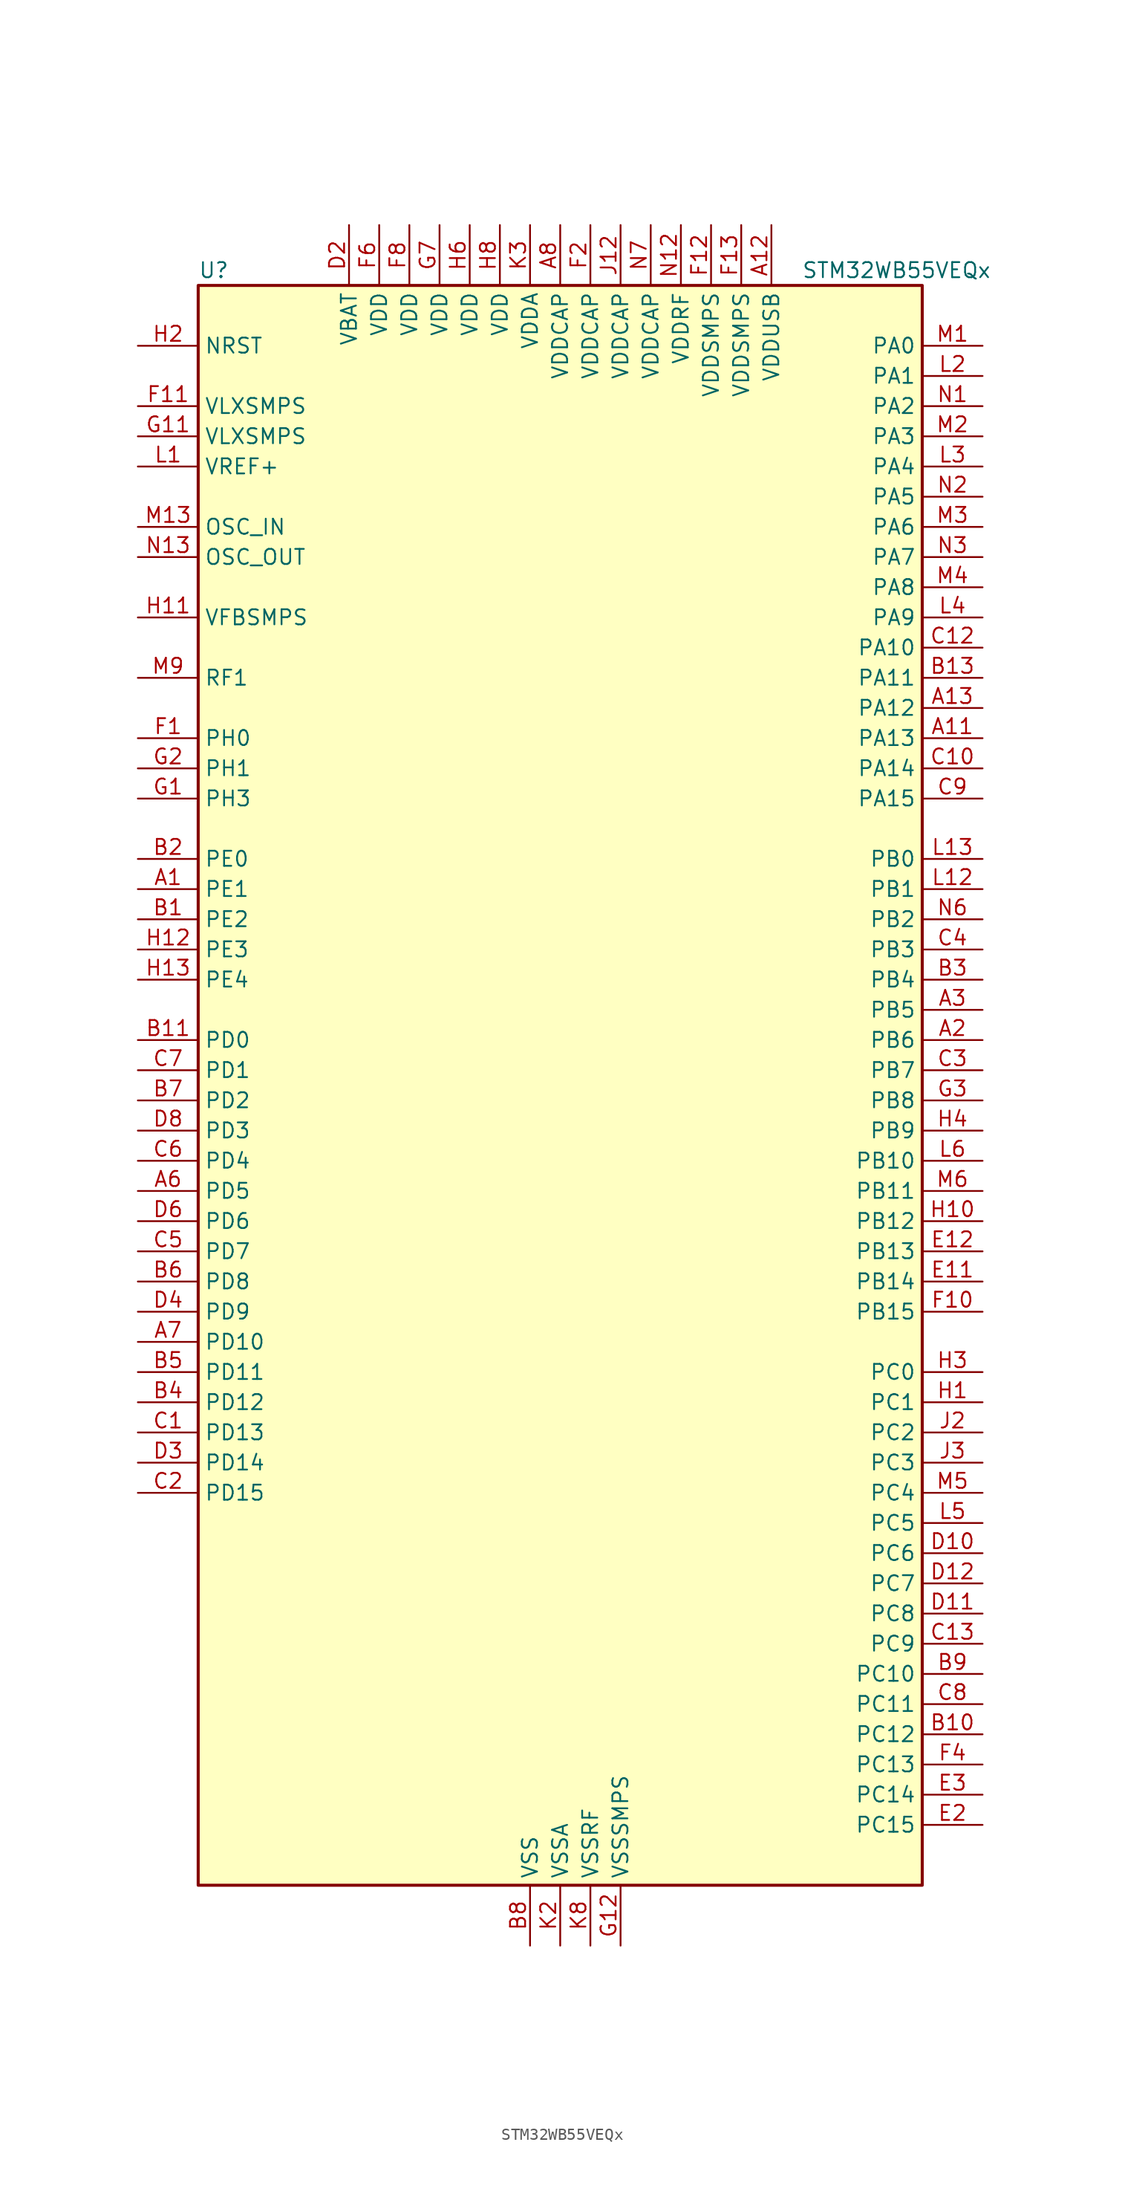
<source format=kicad_sym>
(kicad_symbol_lib
  (version 20231120)
  (generator "kicad-library-utils")
  (generator_version "8.0")
  (symbol "STM32WB55VEQx"
    (property "Reference" "U"
      (at -30.48 69.85 0)
      (effects (font (size 1.27 1.27)) (justify left)))
    (property "Value" "STM32WB55VEQx"
      (at 20.32 69.85 0)
      (effects (font (size 1.27 1.27)) (justify left)))
    (symbol "STM32WB55VEQx_0_1"
      (rectangle (start -30.48 -66.04) (end 30.48 68.58) (stroke (width 0.254) (type default)) (fill (type background))))
    (symbol "STM32WB55VEQx_1_1"
      (pin bidirectional line (at -35.56 17.78 0) (length 5.08) (name "PE1" (effects (font (size 1.27 1.27)))) (number "A1" (effects (font (size 1.27 1.27)))) (alternate "LCD_SEG37" bidirectional line) (alternate "TIM17_CH1" bidirectional line) (alternate "TSC_G7_IO2" bidirectional line))
      (pin bidirectional line (at 35.56 30.48 180) (length 5.08) (name "PA13" (effects (font (size 1.27 1.27)))) (number "A11" (effects (font (size 1.27 1.27)))) (alternate "IR_OUT" bidirectional line) (alternate "SAI1_SD_B" bidirectional line) (alternate "SYS_JTMS-SWDIO" bidirectional line) (alternate "USB_NOE" bidirectional line))
      (pin power_in line (at 17.78 73.66 270) (length 5.08) (name "VDDUSB" (effects (font (size 1.27 1.27)))) (number "A12" (effects (font (size 1.27 1.27)))))
      (pin bidirectional line (at 35.56 33.02 180) (length 5.08) (name "PA12" (effects (font (size 1.27 1.27)))) (number "A13" (effects (font (size 1.27 1.27)))) (alternate "LPUART1_RX" bidirectional line) (alternate "SPI1_MOSI" bidirectional line) (alternate "TIM1_ETR" bidirectional line) (alternate "USART1_DE" bidirectional line) (alternate "USART1_RTS" bidirectional line) (alternate "USB_DP" bidirectional line))
      (pin bidirectional line (at 35.56 5.08 180) (length 5.08) (name "PB6" (effects (font (size 1.27 1.27)))) (number "A2" (effects (font (size 1.27 1.27)))) (alternate "COMP2_INP" bidirectional line) (alternate "I2C1_SCL" bidirectional line) (alternate "LCD_SEG6" bidirectional line) (alternate "LPTIM1_ETR" bidirectional line) (alternate "RCC_MCO" bidirectional line) (alternate "SAI1_FS_B" bidirectional line) (alternate "TIM16_CH1N" bidirectional line) (alternate "TSC_G2_IO3" bidirectional line) (alternate "USART1_TX" bidirectional line))
      (pin bidirectional line (at 35.56 7.62 180) (length 5.08) (name "PB5" (effects (font (size 1.27 1.27)))) (number "A3" (effects (font (size 1.27 1.27)))) (alternate "COMP2_OUT" bidirectional line) (alternate "I2C1_SMBA" bidirectional line) (alternate "LCD_SEG9" bidirectional line) (alternate "LPTIM1_IN1" bidirectional line) (alternate "LPUART1_TX" bidirectional line) (alternate "SAI1_SD_B" bidirectional line) (alternate "SPI1_MOSI" bidirectional line) (alternate "TIM16_BKIN" bidirectional line) (alternate "TSC_G2_IO2" bidirectional line) (alternate "USART1_CK" bidirectional line))
      (pin bidirectional line (at -35.56 -7.62 0) (length 5.08) (name "PD5" (effects (font (size 1.27 1.27)))) (number "A6" (effects (font (size 1.27 1.27)))) (alternate "QUADSPI_BK1_IO1" bidirectional line) (alternate "SAI1_MCLK_B" bidirectional line) (alternate "TSC_G5_IO2" bidirectional line))
      (pin bidirectional line (at -35.56 -20.32 0) (length 5.08) (name "PD10" (effects (font (size 1.27 1.27)))) (number "A7" (effects (font (size 1.27 1.27)))) (alternate "LCD_SEG30" bidirectional line) (alternate "SYS_TRIG_INOUT" bidirectional line) (alternate "TSC_G6_IO1" bidirectional line))
      (pin power_in line (at 0 73.66 270) (length 5.08) (name "VDDCAP" (effects (font (size 1.27 1.27)))) (number "A8" (effects (font (size 1.27 1.27)))))
      (pin bidirectional line (at -35.56 15.24 0) (length 5.08) (name "PE2" (effects (font (size 1.27 1.27)))) (number "B1" (effects (font (size 1.27 1.27)))) (alternate "LCD_SEG38" bidirectional line) (alternate "SAI1_CK1" bidirectional line) (alternate "SAI1_MCLK_A" bidirectional line) (alternate "SYS_TRACECLK" bidirectional line) (alternate "TSC_G7_IO1" bidirectional line))
      (pin bidirectional line (at 35.56 -53.34 180) (length 5.08) (name "PC12" (effects (font (size 1.27 1.27)))) (number "B10" (effects (font (size 1.27 1.27)))) (alternate "LCD_COM6" bidirectional line) (alternate "LCD_SEG30" bidirectional line) (alternate "LCD_SEG42" bidirectional line) (alternate "RCC_LSCO" bidirectional line) (alternate "RTC_TAMP3" bidirectional line) (alternate "SYS_TRACED3" bidirectional line) (alternate "SYS_WKUP3" bidirectional line) (alternate "TSC_G3_IO4" bidirectional line))
      (pin bidirectional line (at -35.56 5.08 0) (length 5.08) (name "PD0" (effects (font (size 1.27 1.27)))) (number "B11" (effects (font (size 1.27 1.27)))) (alternate "SPI2_NSS" bidirectional line))
      (pin passive line (at -2.54 -71.12 90) (length 5.08) hide (name "VSS" (effects (font (size 1.27 1.27)))) (number "B12" (effects (font (size 1.27 1.27)))))
      (pin bidirectional line (at 35.56 35.56 180) (length 5.08) (name "PA11" (effects (font (size 1.27 1.27)))) (number "B13" (effects (font (size 1.27 1.27)))) (alternate "ADC1_EXTI11" bidirectional line) (alternate "SPI1_MISO" bidirectional line) (alternate "TIM1_BKIN2" bidirectional line) (alternate "TIM1_CH4" bidirectional line) (alternate "USART1_CTS" bidirectional line) (alternate "USART1_NSS" bidirectional line) (alternate "USB_DM" bidirectional line))
      (pin bidirectional line (at -35.56 20.32 0) (length 5.08) (name "PE0" (effects (font (size 1.27 1.27)))) (number "B2" (effects (font (size 1.27 1.27)))) (alternate "LCD_SEG36" bidirectional line) (alternate "TIM16_CH1" bidirectional line) (alternate "TIM1_ETR" bidirectional line) (alternate "TSC_G7_IO3" bidirectional line))
      (pin bidirectional line (at 35.56 10.16 180) (length 5.08) (name "PB4" (effects (font (size 1.27 1.27)))) (number "B3" (effects (font (size 1.27 1.27)))) (alternate "COMP2_INP" bidirectional line) (alternate "I2C3_SDA" bidirectional line) (alternate "LCD_SEG8" bidirectional line) (alternate "SAI1_MCLK_B" bidirectional line) (alternate "SPI1_MISO" bidirectional line) (alternate "SYS_JTRST" bidirectional line) (alternate "TIM17_BKIN" bidirectional line) (alternate "TSC_G2_IO1" bidirectional line) (alternate "USART1_CTS" bidirectional line) (alternate "USART1_NSS" bidirectional line))
      (pin bidirectional line (at -35.56 -25.4 0) (length 5.08) (name "PD12" (effects (font (size 1.27 1.27)))) (number "B4" (effects (font (size 1.27 1.27)))) (alternate "LCD_SEG32" bidirectional line) (alternate "LPTIM2_IN1" bidirectional line) (alternate "TSC_G6_IO3" bidirectional line))
      (pin bidirectional line (at -35.56 -22.86 0) (length 5.08) (name "PD11" (effects (font (size 1.27 1.27)))) (number "B5" (effects (font (size 1.27 1.27)))) (alternate "ADC1_EXTI11" bidirectional line) (alternate "LCD_SEG31" bidirectional line) (alternate "LPTIM2_ETR" bidirectional line) (alternate "TSC_G6_IO2" bidirectional line))
      (pin bidirectional line (at -35.56 -15.24 0) (length 5.08) (name "PD8" (effects (font (size 1.27 1.27)))) (number "B6" (effects (font (size 1.27 1.27)))) (alternate "LCD_SEG28" bidirectional line) (alternate "TIM1_BKIN2" bidirectional line))
      (pin bidirectional line (at -35.56 0 0) (length 5.08) (name "PD2" (effects (font (size 1.27 1.27)))) (number "B7" (effects (font (size 1.27 1.27)))) (alternate "LCD_COM7" bidirectional line) (alternate "LCD_SEG31" bidirectional line) (alternate "LCD_SEG43" bidirectional line) (alternate "SYS_TRACED2" bidirectional line) (alternate "TSC_SYNC" bidirectional line))
      (pin power_in line (at -2.54 -71.12 90) (length 5.08) (name "VSS" (effects (font (size 1.27 1.27)))) (number "B8" (effects (font (size 1.27 1.27)))))
      (pin bidirectional line (at 35.56 -48.26 180) (length 5.08) (name "PC10" (effects (font (size 1.27 1.27)))) (number "B9" (effects (font (size 1.27 1.27)))) (alternate "LCD_COM4" bidirectional line) (alternate "LCD_SEG28" bidirectional line) (alternate "LCD_SEG40" bidirectional line) (alternate "SYS_TRACED1" bidirectional line) (alternate "TSC_G3_IO2" bidirectional line))
      (pin bidirectional line (at -35.56 -27.94 0) (length 5.08) (name "PD13" (effects (font (size 1.27 1.27)))) (number "C1" (effects (font (size 1.27 1.27)))) (alternate "LCD_SEG33" bidirectional line) (alternate "LPTIM2_OUT" bidirectional line) (alternate "TSC_G6_IO4" bidirectional line))
      (pin bidirectional line (at 35.56 27.94 180) (length 5.08) (name "PA14" (effects (font (size 1.27 1.27)))) (number "C10" (effects (font (size 1.27 1.27)))) (alternate "I2C1_SMBA" bidirectional line) (alternate "LCD_SEG5" bidirectional line) (alternate "LPTIM1_OUT" bidirectional line) (alternate "SAI1_FS_B" bidirectional line) (alternate "SYS_JTCK-SWCLK" bidirectional line))
      (pin passive line (at -2.54 -71.12 90) (length 5.08) hide (name "VSS" (effects (font (size 1.27 1.27)))) (number "C11" (effects (font (size 1.27 1.27)))))
      (pin bidirectional line (at 35.56 38.1 180) (length 5.08) (name "PA10" (effects (font (size 1.27 1.27)))) (number "C12" (effects (font (size 1.27 1.27)))) (alternate "CRS_SYNC" bidirectional line) (alternate "I2C1_SDA" bidirectional line) (alternate "LCD_COM2" bidirectional line) (alternate "SAI1_D1" bidirectional line) (alternate "SAI1_SD_A" bidirectional line) (alternate "TIM17_BKIN" bidirectional line) (alternate "TIM1_CH3" bidirectional line) (alternate "USART1_RX" bidirectional line))
      (pin bidirectional line (at 35.56 -45.72 180) (length 5.08) (name "PC9" (effects (font (size 1.27 1.27)))) (number "C13" (effects (font (size 1.27 1.27)))) (alternate "LCD_SEG27" bidirectional line) (alternate "SAI1_SCK_B" bidirectional line) (alternate "TIM1_BKIN" bidirectional line) (alternate "TSC_G4_IO4" bidirectional line) (alternate "USB_NOE" bidirectional line))
      (pin bidirectional line (at -35.56 -33.02 0) (length 5.08) (name "PD15" (effects (font (size 1.27 1.27)))) (number "C2" (effects (font (size 1.27 1.27)))) (alternate "ADC1_EXTI15" bidirectional line) (alternate "LCD_SEG35" bidirectional line) (alternate "TIM1_CH2" bidirectional line))
      (pin bidirectional line (at 35.56 2.54 180) (length 5.08) (name "PB7" (effects (font (size 1.27 1.27)))) (number "C3" (effects (font (size 1.27 1.27)))) (alternate "COMP2_INM" bidirectional line) (alternate "I2C1_SDA" bidirectional line) (alternate "LCD_SEG21" bidirectional line) (alternate "LPTIM1_IN2" bidirectional line) (alternate "SYS_PVD_IN" bidirectional line) (alternate "TIM17_CH1N" bidirectional line) (alternate "TIM1_BKIN" bidirectional line) (alternate "TSC_G2_IO4" bidirectional line) (alternate "USART1_RX" bidirectional line))
      (pin bidirectional line (at 35.56 12.7 180) (length 5.08) (name "PB3" (effects (font (size 1.27 1.27)))) (number "C4" (effects (font (size 1.27 1.27)))) (alternate "COMP2_INM" bidirectional line) (alternate "LCD_SEG7" bidirectional line) (alternate "SAI1_SCK_B" bidirectional line) (alternate "SPI1_SCK" bidirectional line) (alternate "SYS_JTDO-SWO" bidirectional line) (alternate "TIM2_CH2" bidirectional line) (alternate "USART1_DE" bidirectional line) (alternate "USART1_RTS" bidirectional line))
      (pin bidirectional line (at -35.56 -12.7 0) (length 5.08) (name "PD7" (effects (font (size 1.27 1.27)))) (number "C5" (effects (font (size 1.27 1.27)))) (alternate "LCD_SEG39" bidirectional line) (alternate "QUADSPI_BK1_IO3" bidirectional line) (alternate "TSC_G5_IO4" bidirectional line))
      (pin bidirectional line (at -35.56 -5.08 0) (length 5.08) (name "PD4" (effects (font (size 1.27 1.27)))) (number "C6" (effects (font (size 1.27 1.27)))) (alternate "QUADSPI_BK1_IO0" bidirectional line) (alternate "SPI2_MOSI" bidirectional line) (alternate "TSC_G5_IO1" bidirectional line))
      (pin bidirectional line (at -35.56 2.54 0) (length 5.08) (name "PD1" (effects (font (size 1.27 1.27)))) (number "C7" (effects (font (size 1.27 1.27)))) (alternate "SPI2_SCK" bidirectional line))
      (pin bidirectional line (at 35.56 -50.8 180) (length 5.08) (name "PC11" (effects (font (size 1.27 1.27)))) (number "C8" (effects (font (size 1.27 1.27)))) (alternate "ADC1_EXTI11" bidirectional line) (alternate "LCD_COM5" bidirectional line) (alternate "LCD_SEG29" bidirectional line) (alternate "LCD_SEG41" bidirectional line) (alternate "TSC_G3_IO3" bidirectional line))
      (pin bidirectional line (at 35.56 25.4 180) (length 5.08) (name "PA15" (effects (font (size 1.27 1.27)))) (number "C9" (effects (font (size 1.27 1.27)))) (alternate "ADC1_EXTI15" bidirectional line) (alternate "LCD_SEG17" bidirectional line) (alternate "RCC_MCO" bidirectional line) (alternate "SPI1_NSS" bidirectional line) (alternate "SYS_JTDI" bidirectional line) (alternate "TIM2_CH1" bidirectional line) (alternate "TIM2_ETR" bidirectional line) (alternate "TSC_G3_IO1" bidirectional line))
      (pin bidirectional line (at 35.56 -38.1 180) (length 5.08) (name "PC6" (effects (font (size 1.27 1.27)))) (number "D10" (effects (font (size 1.27 1.27)))) (alternate "LCD_SEG24" bidirectional line) (alternate "TSC_G4_IO1" bidirectional line))
      (pin bidirectional line (at 35.56 -43.18 180) (length 5.08) (name "PC8" (effects (font (size 1.27 1.27)))) (number "D11" (effects (font (size 1.27 1.27)))) (alternate "LCD_SEG26" bidirectional line) (alternate "TSC_G4_IO3" bidirectional line))
      (pin bidirectional line (at 35.56 -40.64 180) (length 5.08) (name "PC7" (effects (font (size 1.27 1.27)))) (number "D12" (effects (font (size 1.27 1.27)))) (alternate "LCD_SEG25" bidirectional line) (alternate "TSC_G4_IO2" bidirectional line))
      (pin power_in line (at -17.78 73.66 270) (length 5.08) (name "VBAT" (effects (font (size 1.27 1.27)))) (number "D2" (effects (font (size 1.27 1.27)))))
      (pin bidirectional line (at -35.56 -30.48 0) (length 5.08) (name "PD14" (effects (font (size 1.27 1.27)))) (number "D3" (effects (font (size 1.27 1.27)))) (alternate "LCD_SEG34" bidirectional line) (alternate "TIM1_CH1" bidirectional line))
      (pin bidirectional line (at -35.56 -17.78 0) (length 5.08) (name "PD9" (effects (font (size 1.27 1.27)))) (number "D4" (effects (font (size 1.27 1.27)))) (alternate "LCD_SEG29" bidirectional line) (alternate "SYS_TRACED0" bidirectional line))
      (pin bidirectional line (at -35.56 -10.16 0) (length 5.08) (name "PD6" (effects (font (size 1.27 1.27)))) (number "D6" (effects (font (size 1.27 1.27)))) (alternate "QUADSPI_BK1_IO2" bidirectional line) (alternate "SAI1_D1" bidirectional line) (alternate "SAI1_SD_A" bidirectional line) (alternate "TSC_G5_IO3" bidirectional line))
      (pin bidirectional line (at -35.56 -2.54 0) (length 5.08) (name "PD3" (effects (font (size 1.27 1.27)))) (number "D8" (effects (font (size 1.27 1.27)))) (alternate "QUADSPI_BK1_NCS" bidirectional line) (alternate "SPI2_MISO" bidirectional line) (alternate "SPI2_SCK" bidirectional line))
      (pin bidirectional line (at 35.56 -15.24 180) (length 5.08) (name "PB14" (effects (font (size 1.27 1.27)))) (number "E11" (effects (font (size 1.27 1.27)))) (alternate "I2C3_SDA" bidirectional line) (alternate "LCD_SEG14" bidirectional line) (alternate "SAI1_MCLK_A" bidirectional line) (alternate "SPI2_MISO" bidirectional line) (alternate "TIM1_CH2N" bidirectional line) (alternate "TSC_G1_IO3" bidirectional line))
      (pin bidirectional line (at 35.56 -12.7 180) (length 5.08) (name "PB13" (effects (font (size 1.27 1.27)))) (number "E12" (effects (font (size 1.27 1.27)))) (alternate "I2C3_SCL" bidirectional line) (alternate "LCD_SEG13" bidirectional line) (alternate "LPUART1_CTS" bidirectional line) (alternate "SAI1_SCK_A" bidirectional line) (alternate "SPI2_SCK" bidirectional line) (alternate "TIM1_CH1N" bidirectional line) (alternate "TSC_G1_IO2" bidirectional line))
      (pin bidirectional line (at 35.56 -60.96 180) (length 5.08) (name "PC15" (effects (font (size 1.27 1.27)))) (number "E2" (effects (font (size 1.27 1.27)))) (alternate "ADC1_EXTI15" bidirectional line) (alternate "RCC_OSC32_OUT" bidirectional line))
      (pin bidirectional line (at 35.56 -58.42 180) (length 5.08) (name "PC14" (effects (font (size 1.27 1.27)))) (number "E3" (effects (font (size 1.27 1.27)))) (alternate "RCC_OSC32_IN" bidirectional line))
      (pin passive line (at -2.54 -71.12 90) (length 5.08) hide (name "VSS" (effects (font (size 1.27 1.27)))) (number "E5" (effects (font (size 1.27 1.27)))))
      (pin passive line (at -2.54 -71.12 90) (length 5.08) hide (name "VSS" (effects (font (size 1.27 1.27)))) (number "E7" (effects (font (size 1.27 1.27)))))
      (pin passive line (at -2.54 -71.12 90) (length 5.08) hide (name "VSS" (effects (font (size 1.27 1.27)))) (number "E9" (effects (font (size 1.27 1.27)))))
      (pin bidirectional line (at -35.56 30.48 0) (length 5.08) (name "PH0" (effects (font (size 1.27 1.27)))) (number "F1" (effects (font (size 1.27 1.27)))))
      (pin bidirectional line (at 35.56 -17.78 180) (length 5.08) (name "PB15" (effects (font (size 1.27 1.27)))) (number "F10" (effects (font (size 1.27 1.27)))) (alternate "ADC1_EXTI15" bidirectional line) (alternate "LCD_SEG15" bidirectional line) (alternate "RTC_REFIN" bidirectional line) (alternate "SAI1_SD_A" bidirectional line) (alternate "SPI2_MOSI" bidirectional line) (alternate "TIM1_CH3N" bidirectional line) (alternate "TSC_G1_IO4" bidirectional line))
      (pin power_in line (at -35.56 58.42 0) (length 5.08) (name "VLXSMPS" (effects (font (size 1.27 1.27)))) (number "F11" (effects (font (size 1.27 1.27)))))
      (pin power_in line (at 12.7 73.66 270) (length 5.08) (name "VDDSMPS" (effects (font (size 1.27 1.27)))) (number "F12" (effects (font (size 1.27 1.27)))))
      (pin power_in line (at 15.24 73.66 270) (length 5.08) (name "VDDSMPS" (effects (font (size 1.27 1.27)))) (number "F13" (effects (font (size 1.27 1.27)))))
      (pin power_in line (at 2.54 73.66 270) (length 5.08) (name "VDDCAP" (effects (font (size 1.27 1.27)))) (number "F2" (effects (font (size 1.27 1.27)))))
      (pin passive line (at -2.54 -71.12 90) (length 5.08) hide (name "VSS" (effects (font (size 1.27 1.27)))) (number "F3" (effects (font (size 1.27 1.27)))))
      (pin bidirectional line (at 35.56 -55.88 180) (length 5.08) (name "PC13" (effects (font (size 1.27 1.27)))) (number "F4" (effects (font (size 1.27 1.27)))) (alternate "RTC_OUT1" bidirectional line) (alternate "RTC_TAMP1" bidirectional line) (alternate "RTC_TS" bidirectional line) (alternate "SYS_WKUP2" bidirectional line))
      (pin power_in line (at -15.24 73.66 270) (length 5.08) (name "VDD" (effects (font (size 1.27 1.27)))) (number "F6" (effects (font (size 1.27 1.27)))))
      (pin power_in line (at -12.7 73.66 270) (length 5.08) (name "VDD" (effects (font (size 1.27 1.27)))) (number "F8" (effects (font (size 1.27 1.27)))))
      (pin bidirectional line (at -35.56 25.4 0) (length 5.08) (name "PH3" (effects (font (size 1.27 1.27)))) (number "G1" (effects (font (size 1.27 1.27)))) (alternate "RCC_LSCO" bidirectional line))
      (pin power_in line (at -35.56 55.88 0) (length 5.08) (name "VLXSMPS" (effects (font (size 1.27 1.27)))) (number "G11" (effects (font (size 1.27 1.27)))))
      (pin power_in line (at 5.08 -71.12 90) (length 5.08) (name "VSSSMPS" (effects (font (size 1.27 1.27)))) (number "G12" (effects (font (size 1.27 1.27)))))
      (pin passive line (at 5.08 -71.12 90) (length 5.08) hide (name "VSSSMPS" (effects (font (size 1.27 1.27)))) (number "G13" (effects (font (size 1.27 1.27)))))
      (pin bidirectional line (at -35.56 27.94 0) (length 5.08) (name "PH1" (effects (font (size 1.27 1.27)))) (number "G2" (effects (font (size 1.27 1.27)))))
      (pin bidirectional line (at 35.56 0 180) (length 5.08) (name "PB8" (effects (font (size 1.27 1.27)))) (number "G3" (effects (font (size 1.27 1.27)))) (alternate "I2C1_SCL" bidirectional line) (alternate "LCD_SEG16" bidirectional line) (alternate "QUADSPI_BK1_IO1" bidirectional line) (alternate "SAI1_CK1" bidirectional line) (alternate "SAI1_MCLK_A" bidirectional line) (alternate "TIM16_CH1" bidirectional line) (alternate "TIM1_CH2N" bidirectional line))
      (pin passive line (at -2.54 -71.12 90) (length 5.08) hide (name "VSS" (effects (font (size 1.27 1.27)))) (number "G5" (effects (font (size 1.27 1.27)))))
      (pin power_in line (at -10.16 73.66 270) (length 5.08) (name "VDD" (effects (font (size 1.27 1.27)))) (number "G7" (effects (font (size 1.27 1.27)))))
      (pin passive line (at -2.54 -71.12 90) (length 5.08) hide (name "VSS" (effects (font (size 1.27 1.27)))) (number "G9" (effects (font (size 1.27 1.27)))))
      (pin bidirectional line (at 35.56 -25.4 180) (length 5.08) (name "PC1" (effects (font (size 1.27 1.27)))) (number "H1" (effects (font (size 1.27 1.27)))) (alternate "ADC1_IN2" bidirectional line) (alternate "I2C3_SDA" bidirectional line) (alternate "LCD_SEG19" bidirectional line) (alternate "LPTIM1_OUT" bidirectional line) (alternate "LPUART1_TX" bidirectional line) (alternate "SPI2_MOSI" bidirectional line))
      (pin bidirectional line (at 35.56 -10.16 180) (length 5.08) (name "PB12" (effects (font (size 1.27 1.27)))) (number "H10" (effects (font (size 1.27 1.27)))) (alternate "I2C3_SMBA" bidirectional line) (alternate "LCD_SEG12" bidirectional line) (alternate "LPUART1_DE" bidirectional line) (alternate "LPUART1_RTS" bidirectional line) (alternate "SAI1_FS_A" bidirectional line) (alternate "SPI2_NSS" bidirectional line) (alternate "TIM1_BKIN" bidirectional line) (alternate "TSC_G1_IO1" bidirectional line))
      (pin input line (at -35.56 40.64 0) (length 5.08) (name "VFBSMPS" (effects (font (size 1.27 1.27)))) (number "H11" (effects (font (size 1.27 1.27)))))
      (pin bidirectional line (at -35.56 12.7 0) (length 5.08) (name "PE3" (effects (font (size 1.27 1.27)))) (number "H12" (effects (font (size 1.27 1.27)))))
      (pin bidirectional line (at -35.56 10.16 0) (length 5.08) (name "PE4" (effects (font (size 1.27 1.27)))) (number "H13" (effects (font (size 1.27 1.27)))))
      (pin input line (at -35.56 63.5 0) (length 5.08) (name "NRST" (effects (font (size 1.27 1.27)))) (number "H2" (effects (font (size 1.27 1.27)))))
      (pin bidirectional line (at 35.56 -22.86 180) (length 5.08) (name "PC0" (effects (font (size 1.27 1.27)))) (number "H3" (effects (font (size 1.27 1.27)))) (alternate "ADC1_IN1" bidirectional line) (alternate "I2C3_SCL" bidirectional line) (alternate "LCD_SEG18" bidirectional line) (alternate "LPTIM1_IN1" bidirectional line) (alternate "LPTIM2_IN1" bidirectional line) (alternate "LPUART1_RX" bidirectional line))
      (pin bidirectional line (at 35.56 -2.54 180) (length 5.08) (name "PB9" (effects (font (size 1.27 1.27)))) (number "H4" (effects (font (size 1.27 1.27)))) (alternate "I2C1_SDA" bidirectional line) (alternate "IR_OUT" bidirectional line) (alternate "LCD_COM3" bidirectional line) (alternate "QUADSPI_BK1_IO0" bidirectional line) (alternate "SAI1_D2" bidirectional line) (alternate "SAI1_FS_A" bidirectional line) (alternate "SPI2_NSS" bidirectional line) (alternate "TIM17_CH1" bidirectional line) (alternate "TIM1_CH3N" bidirectional line) (alternate "TSC_G7_IO4" bidirectional line))
      (pin power_in line (at -7.62 73.66 270) (length 5.08) (name "VDD" (effects (font (size 1.27 1.27)))) (number "H6" (effects (font (size 1.27 1.27)))))
      (pin power_in line (at -5.08 73.66 270) (length 5.08) (name "VDD" (effects (font (size 1.27 1.27)))) (number "H8" (effects (font (size 1.27 1.27)))))
      (pin passive line (at -2.54 -71.12 90) (length 5.08) hide (name "VSS" (effects (font (size 1.27 1.27)))) (number "J11" (effects (font (size 1.27 1.27)))))
      (pin power_in line (at 5.08 73.66 270) (length 5.08) (name "VDDCAP" (effects (font (size 1.27 1.27)))) (number "J12" (effects (font (size 1.27 1.27)))))
      (pin bidirectional line (at 35.56 -27.94 180) (length 5.08) (name "PC2" (effects (font (size 1.27 1.27)))) (number "J2" (effects (font (size 1.27 1.27)))) (alternate "ADC1_IN3" bidirectional line) (alternate "LCD_SEG20" bidirectional line) (alternate "LPTIM1_IN2" bidirectional line) (alternate "SPI2_MISO" bidirectional line))
      (pin bidirectional line (at 35.56 -30.48 180) (length 5.08) (name "PC3" (effects (font (size 1.27 1.27)))) (number "J3" (effects (font (size 1.27 1.27)))) (alternate "ADC1_IN4" bidirectional line) (alternate "LCD_VLCD" bidirectional line) (alternate "LPTIM1_ETR" bidirectional line) (alternate "LPTIM2_ETR" bidirectional line) (alternate "SAI1_D1" bidirectional line) (alternate "SAI1_SD_A" bidirectional line) (alternate "SPI2_MOSI" bidirectional line))
      (pin passive line (at -2.54 -71.12 90) (length 5.08) hide (name "VSS" (effects (font (size 1.27 1.27)))) (number "J5" (effects (font (size 1.27 1.27)))))
      (pin passive line (at -2.54 -71.12 90) (length 5.08) hide (name "VSS" (effects (font (size 1.27 1.27)))) (number "J7" (effects (font (size 1.27 1.27)))))
      (pin passive line (at -2.54 -71.12 90) (length 5.08) hide (name "VSS" (effects (font (size 1.27 1.27)))) (number "J9" (effects (font (size 1.27 1.27)))))
      (pin passive line (at 2.54 -71.12 90) (length 5.08) hide (name "VSSRF" (effects (font (size 1.27 1.27)))) (number "K10" (effects (font (size 1.27 1.27)))))
      (pin no_connect line (at -30.48 -66.04 0) (length 5.08) hide (name "AT0" (effects (font (size 1.27 1.27)))) (number "K11" (effects (font (size 1.27 1.27)))))
      (pin no_connect line (at -30.48 -63.5 0) (length 5.08) hide (name "AT1" (effects (font (size 1.27 1.27)))) (number "K12" (effects (font (size 1.27 1.27)))))
      (pin power_in line (at 0 -71.12 90) (length 5.08) (name "VSSA" (effects (font (size 1.27 1.27)))) (number "K2" (effects (font (size 1.27 1.27)))))
      (pin power_in line (at -2.54 73.66 270) (length 5.08) (name "VDDA" (effects (font (size 1.27 1.27)))) (number "K3" (effects (font (size 1.27 1.27)))))
      (pin passive line (at -2.54 -71.12 90) (length 5.08) hide (name "VSS" (effects (font (size 1.27 1.27)))) (number "K4" (effects (font (size 1.27 1.27)))))
      (pin passive line (at -2.54 -71.12 90) (length 5.08) hide (name "VSS" (effects (font (size 1.27 1.27)))) (number "K6" (effects (font (size 1.27 1.27)))))
      (pin power_in line (at 2.54 -71.12 90) (length 5.08) (name "VSSRF" (effects (font (size 1.27 1.27)))) (number "K8" (effects (font (size 1.27 1.27)))))
      (pin input line (at -35.56 53.34 0) (length 5.08) (name "VREF+" (effects (font (size 1.27 1.27)))) (number "L1" (effects (font (size 1.27 1.27)))) (alternate "VREFBUF_OUT" bidirectional line))
      (pin passive line (at 2.54 -71.12 90) (length 5.08) hide (name "VSSRF" (effects (font (size 1.27 1.27)))) (number "L10" (effects (font (size 1.27 1.27)))))
      (pin passive line (at 2.54 -71.12 90) (length 5.08) hide (name "VSSRF" (effects (font (size 1.27 1.27)))) (number "L11" (effects (font (size 1.27 1.27)))))
      (pin bidirectional line (at 35.56 17.78 180) (length 5.08) (name "PB1" (effects (font (size 1.27 1.27)))) (number "L12" (effects (font (size 1.27 1.27)))) (alternate "LPTIM2_IN1" bidirectional line) (alternate "LPUART1_DE" bidirectional line) (alternate "LPUART1_RTS" bidirectional line))
      (pin bidirectional line (at 35.56 20.32 180) (length 5.08) (name "PB0" (effects (font (size 1.27 1.27)))) (number "L13" (effects (font (size 1.27 1.27)))) (alternate "COMP1_OUT" bidirectional line) (alternate "RF_TX_MOD_EXT_PA" bidirectional line))
      (pin bidirectional line (at 35.56 60.96 180) (length 5.08) (name "PA1" (effects (font (size 1.27 1.27)))) (number "L2" (effects (font (size 1.27 1.27)))) (alternate "ADC1_IN6" bidirectional line) (alternate "COMP1_INP" bidirectional line) (alternate "I2C1_SMBA" bidirectional line) (alternate "LCD_SEG0" bidirectional line) (alternate "SPI1_SCK" bidirectional line) (alternate "TIM2_CH2" bidirectional line))
      (pin bidirectional line (at 35.56 53.34 180) (length 5.08) (name "PA4" (effects (font (size 1.27 1.27)))) (number "L3" (effects (font (size 1.27 1.27)))) (alternate "ADC1_IN9" bidirectional line) (alternate "COMP1_INM" bidirectional line) (alternate "COMP2_INM" bidirectional line) (alternate "LCD_SEG5" bidirectional line) (alternate "LPTIM2_OUT" bidirectional line) (alternate "SAI1_FS_B" bidirectional line) (alternate "SPI1_NSS" bidirectional line))
      (pin bidirectional line (at 35.56 40.64 180) (length 5.08) (name "PA9" (effects (font (size 1.27 1.27)))) (number "L4" (effects (font (size 1.27 1.27)))) (alternate "ADC1_IN16" bidirectional line) (alternate "COMP1_INM" bidirectional line) (alternate "I2C1_SCL" bidirectional line) (alternate "LCD_COM1" bidirectional line) (alternate "SAI1_D2" bidirectional line) (alternate "SAI1_FS_A" bidirectional line) (alternate "SPI2_SCK" bidirectional line) (alternate "TIM1_CH2" bidirectional line) (alternate "USART1_TX" bidirectional line))
      (pin bidirectional line (at 35.56 -35.56 180) (length 5.08) (name "PC5" (effects (font (size 1.27 1.27)))) (number "L5" (effects (font (size 1.27 1.27)))) (alternate "ADC1_IN14" bidirectional line) (alternate "COMP1_INP" bidirectional line) (alternate "LCD_SEG23" bidirectional line) (alternate "SAI1_D3" bidirectional line) (alternate "SYS_WKUP5" bidirectional line))
      (pin bidirectional line (at 35.56 -5.08 180) (length 5.08) (name "PB10" (effects (font (size 1.27 1.27)))) (number "L6" (effects (font (size 1.27 1.27)))) (alternate "COMP1_OUT" bidirectional line) (alternate "I2C3_SCL" bidirectional line) (alternate "LCD_SEG10" bidirectional line) (alternate "LPUART1_RX" bidirectional line) (alternate "QUADSPI_CLK" bidirectional line) (alternate "SAI1_SCK_A" bidirectional line) (alternate "SPI2_SCK" bidirectional line) (alternate "TIM2_CH3" bidirectional line) (alternate "TSC_SYNC" bidirectional line))
      (pin passive line (at 2.54 -71.12 90) (length 5.08) hide (name "VSSRF" (effects (font (size 1.27 1.27)))) (number "L7" (effects (font (size 1.27 1.27)))))
      (pin passive line (at 2.54 -71.12 90) (length 5.08) hide (name "VSSRF" (effects (font (size 1.27 1.27)))) (number "L8" (effects (font (size 1.27 1.27)))))
      (pin passive line (at 2.54 -71.12 90) (length 5.08) hide (name "VSSRF" (effects (font (size 1.27 1.27)))) (number "L9" (effects (font (size 1.27 1.27)))))
      (pin bidirectional line (at 35.56 63.5 180) (length 5.08) (name "PA0" (effects (font (size 1.27 1.27)))) (number "M1" (effects (font (size 1.27 1.27)))) (alternate "ADC1_IN5" bidirectional line) (alternate "COMP1_INM" bidirectional line) (alternate "COMP1_OUT" bidirectional line) (alternate "RTC_TAMP2" bidirectional line) (alternate "SAI1_EXTCLK" bidirectional line) (alternate "SYS_WKUP1" bidirectional line) (alternate "TIM2_CH1" bidirectional line) (alternate "TIM2_ETR" bidirectional line))
      (pin passive line (at 2.54 -71.12 90) (length 5.08) hide (name "VSSRF" (effects (font (size 1.27 1.27)))) (number "M10" (effects (font (size 1.27 1.27)))))
      (pin passive line (at 2.54 -71.12 90) (length 5.08) hide (name "VSSRF" (effects (font (size 1.27 1.27)))) (number "M11" (effects (font (size 1.27 1.27)))))
      (pin passive line (at 2.54 -71.12 90) (length 5.08) hide (name "VSSRF" (effects (font (size 1.27 1.27)))) (number "M12" (effects (font (size 1.27 1.27)))))
      (pin input line (at -35.56 48.26 0) (length 5.08) (name "OSC_IN" (effects (font (size 1.27 1.27)))) (number "M13" (effects (font (size 1.27 1.27)))) (alternate "RCC_OSC_IN" bidirectional line))
      (pin bidirectional line (at 35.56 55.88 180) (length 5.08) (name "PA3" (effects (font (size 1.27 1.27)))) (number "M2" (effects (font (size 1.27 1.27)))) (alternate "ADC1_IN8" bidirectional line) (alternate "COMP2_INP" bidirectional line) (alternate "LCD_SEG2" bidirectional line) (alternate "LPUART1_RX" bidirectional line) (alternate "QUADSPI_CLK" bidirectional line) (alternate "SAI1_CK1" bidirectional line) (alternate "SAI1_MCLK_A" bidirectional line) (alternate "TIM2_CH4" bidirectional line))
      (pin bidirectional line (at 35.56 48.26 180) (length 5.08) (name "PA6" (effects (font (size 1.27 1.27)))) (number "M3" (effects (font (size 1.27 1.27)))) (alternate "ADC1_IN11" bidirectional line) (alternate "LCD_SEG3" bidirectional line) (alternate "LPUART1_CTS" bidirectional line) (alternate "QUADSPI_BK1_IO3" bidirectional line) (alternate "SPI1_MISO" bidirectional line) (alternate "TIM16_CH1" bidirectional line) (alternate "TIM1_BKIN" bidirectional line))
      (pin bidirectional line (at 35.56 43.18 180) (length 5.08) (name "PA8" (effects (font (size 1.27 1.27)))) (number "M4" (effects (font (size 1.27 1.27)))) (alternate "ADC1_IN15" bidirectional line) (alternate "LCD_COM0" bidirectional line) (alternate "LPTIM2_OUT" bidirectional line) (alternate "RCC_MCO" bidirectional line) (alternate "SAI1_CK2" bidirectional line) (alternate "SAI1_SCK_A" bidirectional line) (alternate "TIM1_CH1" bidirectional line) (alternate "USART1_CK" bidirectional line))
      (pin bidirectional line (at 35.56 -33.02 180) (length 5.08) (name "PC4" (effects (font (size 1.27 1.27)))) (number "M5" (effects (font (size 1.27 1.27)))) (alternate "ADC1_IN13" bidirectional line) (alternate "COMP1_INM" bidirectional line) (alternate "LCD_SEG22" bidirectional line))
      (pin bidirectional line (at 35.56 -7.62 180) (length 5.08) (name "PB11" (effects (font (size 1.27 1.27)))) (number "M6" (effects (font (size 1.27 1.27)))) (alternate "ADC1_EXTI11" bidirectional line) (alternate "COMP2_OUT" bidirectional line) (alternate "I2C3_SDA" bidirectional line) (alternate "LCD_SEG11" bidirectional line) (alternate "LPUART1_TX" bidirectional line) (alternate "QUADSPI_BK1_NCS" bidirectional line) (alternate "TIM2_CH4" bidirectional line))
      (pin passive line (at -2.54 -71.12 90) (length 5.08) hide (name "VSS" (effects (font (size 1.27 1.27)))) (number "M7" (effects (font (size 1.27 1.27)))))
      (pin passive line (at 2.54 -71.12 90) (length 5.08) hide (name "VSSRF" (effects (font (size 1.27 1.27)))) (number "M8" (effects (font (size 1.27 1.27)))))
      (pin bidirectional line (at -35.56 35.56 0) (length 5.08) (name "RF1" (effects (font (size 1.27 1.27)))) (number "M9" (effects (font (size 1.27 1.27)))) (alternate "RF_RF1" bidirectional line))
      (pin bidirectional line (at 35.56 58.42 180) (length 5.08) (name "PA2" (effects (font (size 1.27 1.27)))) (number "N1" (effects (font (size 1.27 1.27)))) (alternate "ADC1_IN7" bidirectional line) (alternate "COMP2_INM" bidirectional line) (alternate "COMP2_OUT" bidirectional line) (alternate "LCD_SEG1" bidirectional line) (alternate "LPUART1_TX" bidirectional line) (alternate "QUADSPI_BK1_NCS" bidirectional line) (alternate "RCC_LSCO" bidirectional line) (alternate "SYS_WKUP4" bidirectional line) (alternate "TIM2_CH3" bidirectional line))
      (pin passive line (at 2.54 -71.12 90) (length 5.08) hide (name "VSSRF" (effects (font (size 1.27 1.27)))) (number "N11" (effects (font (size 1.27 1.27)))))
      (pin power_in line (at 10.16 73.66 270) (length 5.08) (name "VDDRF" (effects (font (size 1.27 1.27)))) (number "N12" (effects (font (size 1.27 1.27)))))
      (pin input line (at -35.56 45.72 0) (length 5.08) (name "OSC_OUT" (effects (font (size 1.27 1.27)))) (number "N13" (effects (font (size 1.27 1.27)))) (alternate "RCC_OSC_OUT" bidirectional line))
      (pin bidirectional line (at 35.56 50.8 180) (length 5.08) (name "PA5" (effects (font (size 1.27 1.27)))) (number "N2" (effects (font (size 1.27 1.27)))) (alternate "ADC1_IN10" bidirectional line) (alternate "COMP1_INM" bidirectional line) (alternate "COMP2_INM" bidirectional line) (alternate "LPTIM2_ETR" bidirectional line) (alternate "SAI1_SD_B" bidirectional line) (alternate "SPI1_SCK" bidirectional line) (alternate "TIM2_CH1" bidirectional line) (alternate "TIM2_ETR" bidirectional line))
      (pin bidirectional line (at 35.56 45.72 180) (length 5.08) (name "PA7" (effects (font (size 1.27 1.27)))) (number "N3" (effects (font (size 1.27 1.27)))) (alternate "ADC1_IN12" bidirectional line) (alternate "COMP2_OUT" bidirectional line) (alternate "I2C3_SCL" bidirectional line) (alternate "LCD_SEG4" bidirectional line) (alternate "QUADSPI_BK1_IO2" bidirectional line) (alternate "SPI1_MOSI" bidirectional line) (alternate "TIM17_CH1" bidirectional line) (alternate "TIM1_CH1N" bidirectional line))
      (pin bidirectional line (at 35.56 15.24 180) (length 5.08) (name "PB2" (effects (font (size 1.27 1.27)))) (number "N6" (effects (font (size 1.27 1.27)))) (alternate "COMP1_INP" bidirectional line) (alternate "I2C3_SMBA" bidirectional line) (alternate "LCD_VLCD" bidirectional line) (alternate "LPTIM1_OUT" bidirectional line) (alternate "RTC_OUT2" bidirectional line) (alternate "SAI1_EXTCLK" bidirectional line) (alternate "SPI1_NSS" bidirectional line))
      (pin power_in line (at 7.62 73.66 270) (length 5.08) (name "VDDCAP" (effects (font (size 1.27 1.27)))) (number "N7" (effects (font (size 1.27 1.27)))))
      (pin passive line (at 2.54 -71.12 90) (length 5.08) hide (name "VSSRF" (effects (font (size 1.27 1.27)))) (number "N8" (effects (font (size 1.27 1.27))))))))
</source>
